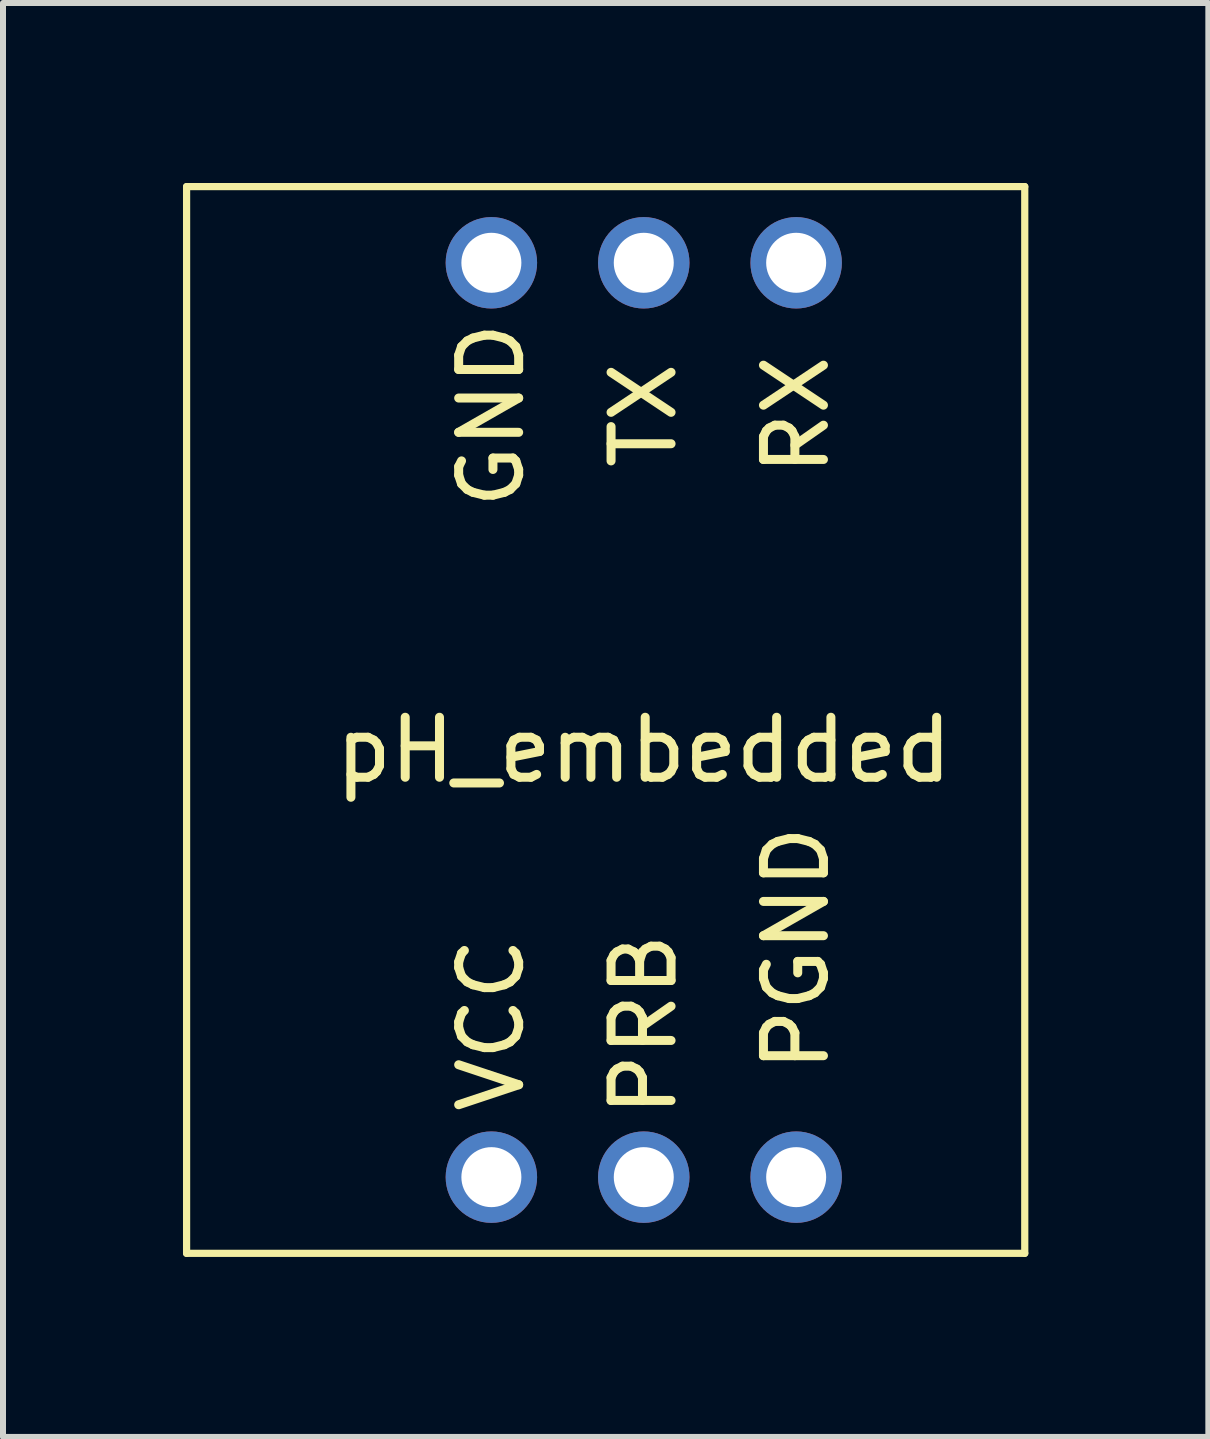
<source format=kicad_pcb>
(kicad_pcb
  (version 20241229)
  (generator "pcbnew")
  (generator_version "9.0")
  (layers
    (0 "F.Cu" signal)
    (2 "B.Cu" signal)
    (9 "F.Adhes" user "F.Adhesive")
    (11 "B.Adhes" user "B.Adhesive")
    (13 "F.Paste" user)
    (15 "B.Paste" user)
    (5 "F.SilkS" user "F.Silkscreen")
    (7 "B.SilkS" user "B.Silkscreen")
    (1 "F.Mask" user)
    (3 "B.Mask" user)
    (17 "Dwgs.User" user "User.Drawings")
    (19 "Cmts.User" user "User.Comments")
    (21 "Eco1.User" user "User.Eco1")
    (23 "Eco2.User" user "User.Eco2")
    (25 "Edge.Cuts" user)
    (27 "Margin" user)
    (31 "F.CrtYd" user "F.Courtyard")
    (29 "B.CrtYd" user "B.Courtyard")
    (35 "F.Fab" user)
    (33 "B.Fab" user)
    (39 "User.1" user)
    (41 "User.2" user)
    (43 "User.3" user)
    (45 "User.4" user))
  (footprint "pH_embedded"
    (layer "F.Cu")
    (at 7.68 14.03)
    (property "Reference" "pH_embedded" (at 0 -4.58 0) (layer "F.SilkS") (effects (font (size 1 1) (thickness 0.15))))
    (attr through_hole)
    (fp_line (start -7.62 -13.97) (end -7.62 3.81) (stroke (width 0.12) (type solid)) (layer "F.SilkS"))
    (fp_line (start -7.62 3.81) (end 6.35 3.81) (stroke (width 0.12) (type solid)) (layer "F.SilkS"))
    (fp_line (start 6.35 -13.97) (end -7.62 -13.97) (stroke (width 0.12) (type solid)) (layer "F.SilkS"))
    (fp_line (start 6.35 3.81) (end 6.35 -13.97) (stroke (width 0.12) (type solid)) (layer "F.SilkS"))
    (fp_text user "PGND" (at 2.54 -1.27 90) (layer "F.SilkS") (effects (font (size 1 1) (thickness 0.15))))
    (fp_text user "VCC" (at -2.54 0 90) (layer "F.SilkS") (effects (font (size 1 1) (thickness 0.15))))
    (fp_text user "RX" (at 2.54 -10.16 90) (layer "F.SilkS") (effects (font (size 1 1) (thickness 0.15))))
    (fp_text user "TX" (at 0 -10.16 90) (layer "F.SilkS") (effects (font (size 1 1) (thickness 0.15))))
    (fp_text user "PRB" (at 0 0 90) (layer "F.SilkS") (effects (font (size 1 1) (thickness 0.15))))
    (fp_text user "GND" (at -2.54 -10.16 90) (layer "F.SilkS") (effects (font (size 1 1) (thickness 0.15))))
    (pad "1" thru_hole circle (at -2.54 -12.7) (size 1.524 1.524) (drill 1) (layers "*.Cu" "*.Mask"))
    (pad "2" thru_hole circle (at 0 -12.7) (size 1.524 1.524) (drill 1) (layers "*.Cu" "*.Mask"))
    (pad "3" thru_hole circle (at 2.54 -12.7) (size 1.524 1.524) (drill 1) (layers "*.Cu" "*.Mask"))
    (pad "4" thru_hole circle (at -2.54 2.54) (size 1.524 1.524) (drill 1) (layers "*.Cu" "*.Mask"))
    (pad "5" thru_hole circle (at 0 2.54) (size 1.524 1.524) (drill 1) (layers "*.Cu" "*.Mask"))
    (pad "6" thru_hole circle (at 2.54 2.54) (size 1.524 1.524) (drill 1) (layers "*.Cu" "*.Mask")))
  (gr_rect
    (start -3 -3)
    (end 17.09 20.9)
    (stroke (width 0.1) (type default))
    (fill no)
    (layer "Edge.Cuts")))
</source>
